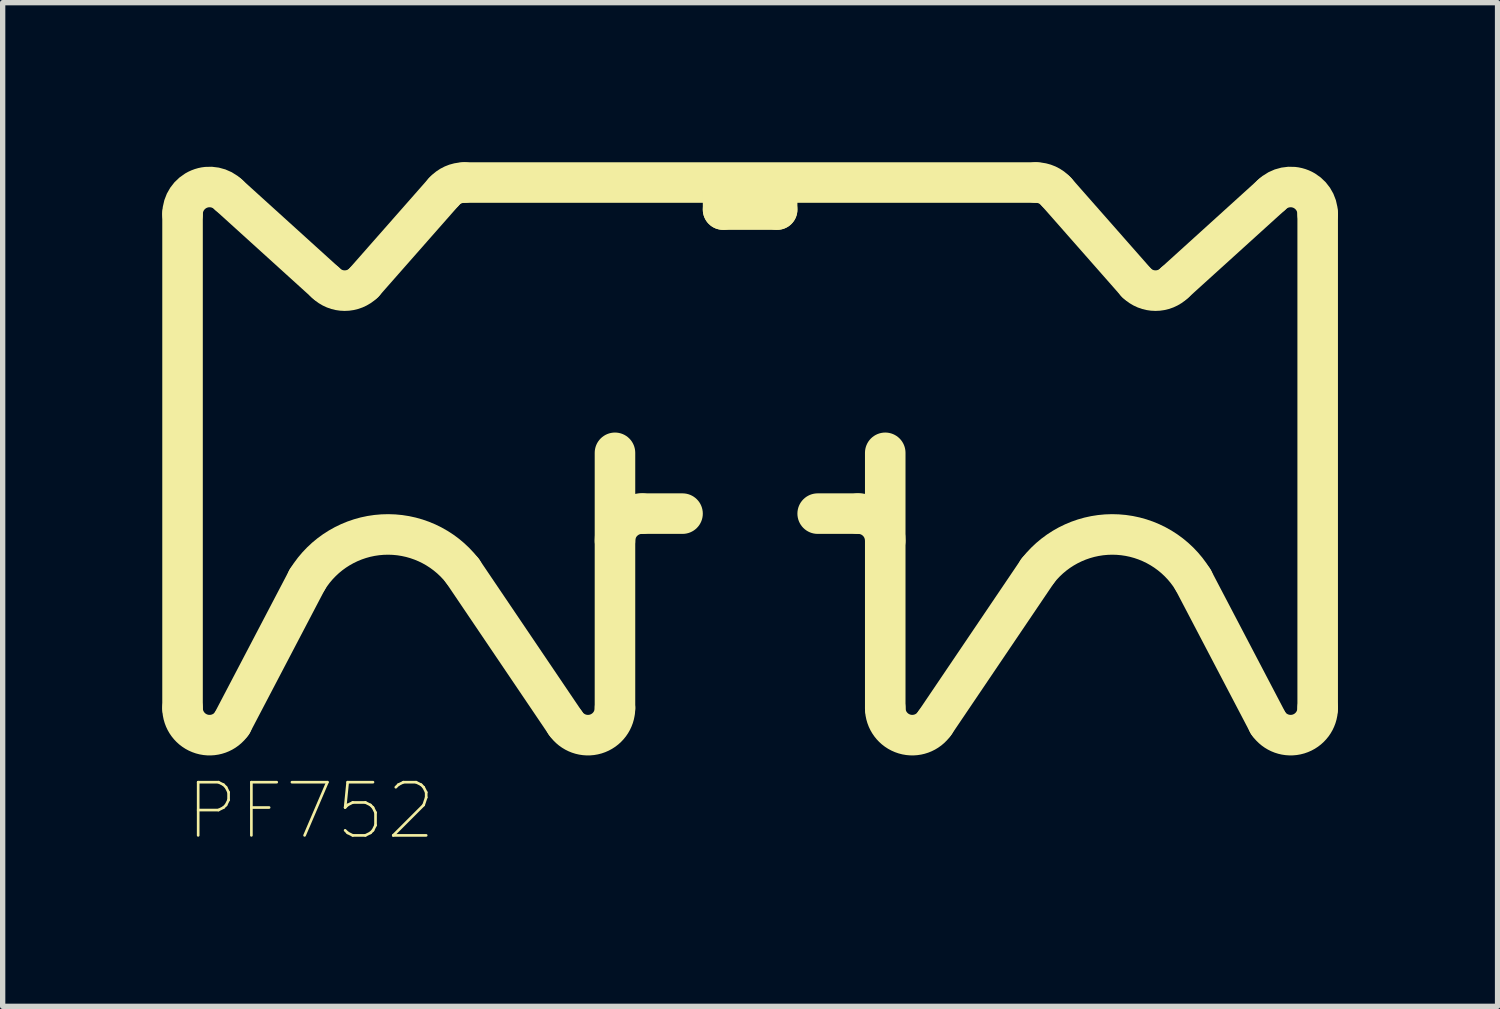
<source format=kicad_pcb>
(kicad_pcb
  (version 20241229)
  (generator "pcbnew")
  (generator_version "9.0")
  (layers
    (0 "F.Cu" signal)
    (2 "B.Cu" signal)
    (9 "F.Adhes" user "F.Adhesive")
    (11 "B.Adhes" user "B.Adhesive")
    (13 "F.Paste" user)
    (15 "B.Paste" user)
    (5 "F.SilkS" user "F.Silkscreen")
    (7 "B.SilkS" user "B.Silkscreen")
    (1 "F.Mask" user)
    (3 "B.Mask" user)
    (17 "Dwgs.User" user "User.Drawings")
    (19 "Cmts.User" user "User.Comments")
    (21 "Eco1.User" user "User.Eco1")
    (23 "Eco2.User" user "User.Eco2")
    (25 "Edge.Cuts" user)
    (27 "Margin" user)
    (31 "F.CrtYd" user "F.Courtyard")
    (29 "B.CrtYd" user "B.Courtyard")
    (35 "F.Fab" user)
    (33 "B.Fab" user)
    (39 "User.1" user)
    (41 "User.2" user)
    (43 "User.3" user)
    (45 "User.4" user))
  (footprint "PF752"
    (layer "F.Cu")
    (at 11.049 0.762)
    (property "Reference" "PF752" (at -8.255 11.43 0) (layer "F.SilkS") (effects (font (size 1 1) (thickness 0.05))))
    (attr smd)
    (fp_line (start -10.668 9.498) (end -10.668 0.21) (stroke (width 0.762) (type solid)) (layer "F.SilkS"))
    (fp_line (start -9.801 -0.149) (end -7.979 1.502) (stroke (width 0.762) (type solid)) (layer "F.SilkS"))
    (fp_line (start -9.737 9.78) (end -8.326 7.085) (stroke (width 0.762) (type solid)) (layer "F.SilkS"))
    (fp_line (start -7.261 1.502) (end -5.755 -0.209) (stroke (width 0.762) (type solid)) (layer "F.SilkS"))
    (fp_line (start -5.374 -0.381) (end 5.374 -0.381) (stroke (width 0.762) (type solid)) (layer "F.SilkS"))
    (fp_line (start -3.471 9.78) (end -5.406 6.918) (stroke (width 0.762) (type solid)) (layer "F.SilkS"))
    (fp_line (start -2.54 4.699) (end -2.54 9.498) (stroke (width 0.762) (type solid)) (layer "F.SilkS"))
    (fp_line (start -2.032 5.842) (end -1.27 5.842) (stroke (width 0.762) (type solid)) (layer "F.SilkS"))
    (fp_line (start -0.508 -0.254) (end -0.508 0.127) (stroke (width 0.762) (type solid)) (layer "F.SilkS"))
    (fp_line (start -0.508 0.127) (end 0.508 0.127) (stroke (width 0.762) (type solid)) (layer "F.SilkS"))
    (fp_line (start 0.508 0.127) (end 0.508 -0.254) (stroke (width 0.762) (type solid)) (layer "F.SilkS"))
    (fp_line (start 2.032 5.842) (end 1.27 5.842) (stroke (width 0.762) (type solid)) (layer "F.SilkS"))
    (fp_line (start 2.54 4.699) (end 2.54 9.498) (stroke (width 0.762) (type solid)) (layer "F.SilkS"))
    (fp_line (start 3.471 9.78) (end 5.406 6.918) (stroke (width 0.762) (type solid)) (layer "F.SilkS"))
    (fp_line (start 7.261 1.502) (end 5.755 -0.209) (stroke (width 0.762) (type solid)) (layer "F.SilkS"))
    (fp_line (start 9.737 9.78) (end 8.326 7.085) (stroke (width 0.762) (type solid)) (layer "F.SilkS"))
    (fp_line (start 9.801 -0.149) (end 7.979 1.502) (stroke (width 0.762) (type solid)) (layer "F.SilkS"))
    (fp_line (start 10.668 9.498) (end 10.668 0.21) (stroke (width 0.762) (type solid)) (layer "F.SilkS"))
    (fp_arc (start -10.667985 0.210398) (mid -10.354397 -0.258918) (end -9.8008 -0.1488) (stroke (width 0.762) (type solid)) (layer "F.SilkS"))
    (fp_arc (start -9.7372 9.7801) (mid -10.30717 9.984466) (end -10.667978 9.498205) (stroke (width 0.762) (type solid)) (layer "F.SilkS"))
    (fp_arc (start -8.324851 7.083681) (mid -6.908954 6.236125) (end -5.4061 6.9177) (stroke (width 0.762) (type solid)) (layer "F.SilkS"))
    (fp_arc (start -7.2608 1.5022) (mid -7.62 1.650986) (end -7.9792 1.5022) (stroke (width 0.762) (type solid)) (layer "F.SilkS"))
    (fp_arc (start -5.754667 -0.20887) (mid -5.582674 -0.336006) (end -5.3736 -0.3811) (stroke (width 0.762) (type solid)) (layer "F.SilkS"))
    (fp_arc (start -2.54 6.35) (mid -2.39121 5.99079) (end -2.032 5.842) (stroke (width 0.762) (type solid)) (layer "F.SilkS"))
    (fp_arc (start -2.5398 9.4982) (mid -2.900619 9.984486) (end -3.470616 9.780116) (stroke (width 0.762) (type solid)) (layer "F.SilkS"))
    (fp_arc (start 2.032 5.842) (mid 2.39121 5.99079) (end 2.54 6.35) (stroke (width 0.762) (type solid)) (layer "F.SilkS"))
    (fp_arc (start 3.4705 9.7799) (mid 2.900785 9.984322) (end 2.539998 9.498321) (stroke (width 0.762) (type solid)) (layer "F.SilkS"))
    (fp_arc (start 5.374001 -0.380999) (mid 5.583009 -0.335802) (end 5.7549 -0.2086) (stroke (width 0.762) (type solid)) (layer "F.SilkS"))
    (fp_arc (start 5.40734 6.916113) (mid 6.910965 6.236241) (end 8.3259 7.0854) (stroke (width 0.762) (type solid)) (layer "F.SilkS"))
    (fp_arc (start 7.9792 1.5022) (mid 7.62 1.650986) (end 7.2608 1.5022) (stroke (width 0.762) (type solid)) (layer "F.SilkS"))
    (fp_arc (start 9.80079 -0.148812) (mid 10.354404 -0.258932) (end 10.668 0.2104) (stroke (width 0.762) (type solid)) (layer "F.SilkS"))
    (fp_arc (start 10.6678 9.4982) (mid 10.307123 9.984294) (end 9.737351 9.780005) (stroke (width 0.762) (type solid)) (layer "F.SilkS")))
  (gr_rect
    (start -3 -3)
    (end 25.098 15.865)
    (stroke (width 0.1) (type default))
    (fill no)
    (layer "Edge.Cuts")))
</source>
